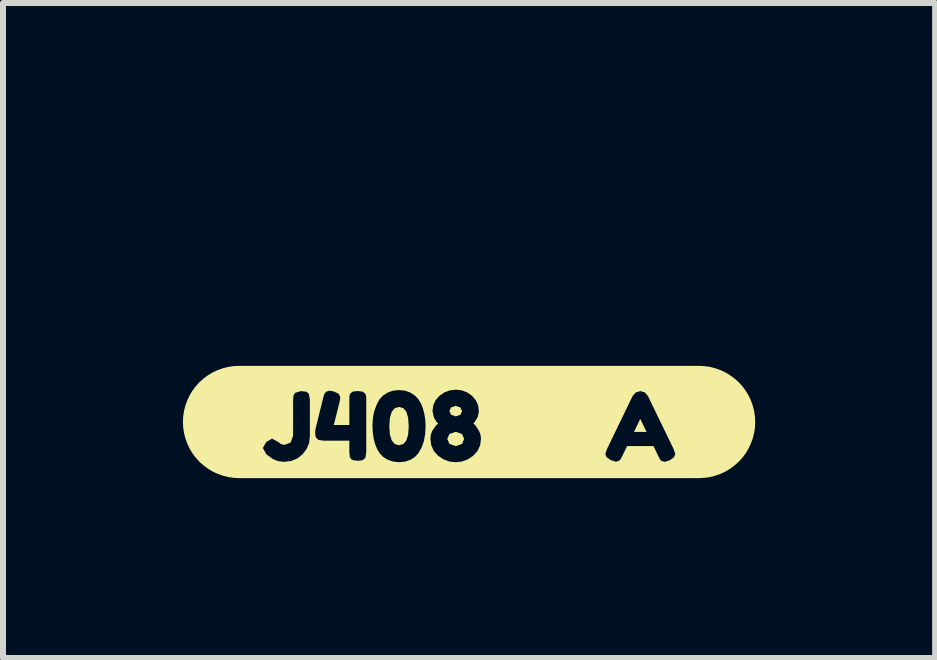
<source format=kicad_pcb>
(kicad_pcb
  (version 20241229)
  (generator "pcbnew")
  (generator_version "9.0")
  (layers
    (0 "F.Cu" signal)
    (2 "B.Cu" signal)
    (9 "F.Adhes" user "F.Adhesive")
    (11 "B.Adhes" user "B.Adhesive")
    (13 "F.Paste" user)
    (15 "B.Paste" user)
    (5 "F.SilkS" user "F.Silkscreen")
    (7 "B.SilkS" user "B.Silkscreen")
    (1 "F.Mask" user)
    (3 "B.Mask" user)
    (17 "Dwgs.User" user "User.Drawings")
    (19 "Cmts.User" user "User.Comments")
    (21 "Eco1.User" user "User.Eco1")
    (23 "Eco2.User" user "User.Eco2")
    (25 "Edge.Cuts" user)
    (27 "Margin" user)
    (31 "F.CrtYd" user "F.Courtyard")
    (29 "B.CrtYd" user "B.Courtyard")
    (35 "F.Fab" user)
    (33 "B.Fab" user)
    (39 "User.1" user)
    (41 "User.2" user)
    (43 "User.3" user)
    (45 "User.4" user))
  (footprint "kibuzzard-65BFD746"
    (layer "F.Cu")
    (at 4.77 3.985)
    (property "Reference" "kibuzzard-65BFD746" (at 0 -3.984 0) (layer "F.SilkS") (effects (font (size 0.001 0.001) (thickness 0.15))))
    (attr board_only exclude_from_pos_files exclude_from_bom)
    (fp_poly (pts (xy 2.854 -0.051) (xy 2.749 0.166) (xy 2.96 0.166) (xy 2.854 -0.051)) (stroke (width 0) (type solid)) (fill yes) (layer "F.SilkS"))
    (fp_poly (pts (xy -0.328 0.365) (xy -0.221 0.403) (xy -0.117 0.365) (xy -0.082 0.283) (xy -0.117 0.201) (xy -0.222 0.163) (xy -0.328 0.2) (xy -0.364 0.282) (xy -0.328 0.365)) (stroke (width 0) (type solid)) (fill yes) (layer "F.SilkS"))
    (fp_poly (pts (xy -0.117 -0.182) (xy -0.144 -0.241) (xy -0.224 -0.269) (xy -0.302 -0.242) (xy -0.328 -0.182) (xy -0.3 -0.121) (xy -0.221 -0.093) (xy -0.143 -0.121) (xy -0.117 -0.182)) (stroke (width 0) (type solid)) (fill yes) (layer "F.SilkS"))
    (fp_poly (pts (xy -1.169 0.388) (xy -1.098 0.369) (xy -1.047 0.311) (xy -1.016 0.213) (xy -1.006 0.077) (xy -1.006 0.068) (xy -1.016 -0.072) (xy -1.046 -0.172) (xy -1.097 -0.231) (xy -1.168 -0.251) (xy -1.238 -0.231) (xy -1.289 -0.171) (xy -1.319 -0.071) (xy -1.33 0.069) (xy -1.32 0.208) (xy -1.289 0.308) (xy -1.239 0.368) (xy -1.169 0.388)) (stroke (width 0) (type solid)) (fill yes) (layer "F.SilkS"))
    (fp_poly (pts (xy -3.438 -0.936) (xy -3.835 -0.936) (xy -3.926 -0.931) (xy -4.017 -0.918) (xy -4.106 -0.895) (xy -4.193 -0.864) (xy -4.276 -0.825) (xy -4.354 -0.778) (xy -4.428 -0.723) (xy -4.496 -0.662) (xy -4.558 -0.594) (xy -4.613 -0.52) (xy -4.66 -0.441) (xy -4.699 -0.358) (xy -4.73 -0.272) (xy -4.752 -0.183) (xy -4.766 -0.092) (xy -4.77 0) (xy -4.766 0.092) (xy -4.752 0.183) (xy -4.73 0.272) (xy -4.699 0.358) (xy -4.66 0.441) (xy -4.613 0.52) (xy -4.558 0.594) (xy -4.496 0.662) (xy -4.428 0.723) (xy -4.354 0.778) (xy -4.276 0.825) (xy -4.193 0.864) (xy -4.106 0.895) (xy -4.017 0.918) (xy -3.926 0.931) (xy -3.835 0.936) (xy -3.438 0.936) (xy -3.082 0.936) (xy -3.082 0.665) (xy -3.181 0.653) (xy -3.268 0.619) (xy -3.369 0.547) (xy -3.382 0.534) (xy -3.438 0.434) (xy -3.382 0.334) (xy -3.284 0.277) (xy -3.188 0.33) (xy -3.134 0.369) (xy -3.075 0.382) (xy -2.974 0.341) (xy -2.934 0.231) (xy -2.934 -0.362) (xy -2.927 -0.441) (xy -2.903 -0.485) (xy -2.804 -0.515) (xy -2.713 -0.505) (xy -2.671 -0.47) (xy -2.654 -0.372) (xy -2.654 0.242) (xy -2.667 0.349) (xy -2.707 0.447) (xy -2.774 0.537) (xy -2.862 0.608) (xy -2.965 0.65) (xy -3.082 0.665) (xy -3.082 0.936) (xy -1.852 0.936) (xy -1.852 0.647) (xy -1.925 0.639) (xy -1.966 0.62) (xy -1.987 0.588) (xy -1.996 0.506) (xy -1.996 0.312) (xy -2.426 0.312) (xy -2.515 0.297) (xy -2.558 0.252) (xy -2.566 0.184) (xy -2.561 0.12) (xy -2.43 -0.412) (xy -2.413 -0.467) (xy -2.384 -0.504) (xy -2.33 -0.521) (xy -2.257 -0.51) (xy -2.173 -0.47) (xy -2.146 -0.409) (xy -2.157 -0.342) (xy -2.158 -0.337) (xy -2.255 0.05) (xy -1.996 0.05) (xy -1.996 -0.383) (xy -1.994 -0.437) (xy -1.979 -0.477) (xy -1.935 -0.508) (xy -1.854 -0.516) (xy -1.774 -0.506) (xy -1.731 -0.473) (xy -1.716 -0.431) (xy -1.714 -0.375) (xy -1.714 0.507) (xy -1.729 0.599) (xy -1.775 0.638) (xy -1.852 0.647) (xy -1.852 0.936) (xy -1.166 0.936) (xy -1.166 0.671) (xy -1.268 0.66) (xy -1.357 0.629) (xy -1.432 0.582) (xy -1.487 0.525) (xy -1.53 0.457) (xy -1.564 0.377) (xy -1.59 0.282) (xy -1.605 0.179) (xy -1.611 0.068) (xy -1.606 -0.033) (xy -1.594 -0.123) (xy -1.573 -0.204) (xy -1.534 -0.304) (xy -1.49 -0.381) (xy -1.435 -0.44) (xy -1.36 -0.489) (xy -1.271 -0.521) (xy -1.168 -0.532) (xy -1.065 -0.522) (xy -0.976 -0.489) (xy -0.903 -0.441) (xy -0.848 -0.383) (xy -0.805 -0.314) (xy -0.772 -0.234) (xy -0.746 -0.137) (xy -0.73 -0.036) (xy -0.725 0.069) (xy -0.732 0.206) (xy -0.756 0.327) (xy -0.794 0.433) (xy -0.849 0.525) (xy -0.903 0.583) (xy -0.976 0.63) (xy -1.065 0.661) (xy -1.166 0.671) (xy -1.166 0.936) (xy -0.223 0.936) (xy -0.223 0.671) (xy -0.328 0.659) (xy -0.426 0.623) (xy -0.516 0.563) (xy -0.588 0.483) (xy -0.631 0.387) (xy -0.645 0.276) (xy -0.637 0.21) (xy -0.613 0.146) (xy -0.548 0.055) (xy -0.515 0.025) (xy -0.542 -0.001) (xy -0.584 -0.07) (xy -0.61 -0.18) (xy -0.597 -0.278) (xy -0.558 -0.363) (xy -0.493 -0.437) (xy -0.41 -0.494) (xy -0.319 -0.527) (xy -0.22 -0.539) (xy -0.121 -0.527) (xy -0.031 -0.493) (xy 0.05 -0.436) (xy 0.114 -0.36) (xy 0.152 -0.273) (xy 0.164 -0.172) (xy 0.141 -0.075) (xy 0.094 -0.001) (xy 0.071 0.025) (xy 0.106 0.057) (xy 0.164 0.144) (xy 0.19 0.209) (xy 0.199 0.276) (xy 0.185 0.387) (xy 0.142 0.482) (xy 0.07 0.562) (xy -0.02 0.623) (xy -0.118 0.659) (xy -0.223 0.671) (xy -0.223 0.936) (xy 3.261 0.936) (xy 3.261 0.665) (xy 3.21 0.65) (xy 3.181 0.62) (xy 3.157 0.573) (xy 3.074 0.401) (xy 2.634 0.401) (xy 2.552 0.573) (xy 2.527 0.619) (xy 2.499 0.648) (xy 2.448 0.663) (xy 2.363 0.636) (xy 2.294 0.588) (xy 2.271 0.534) (xy 2.298 0.453) (xy 2.727 -0.434) (xy 2.78 -0.493) (xy 2.855 -0.515) (xy 2.93 -0.494) (xy 2.982 -0.432) (xy 3.411 0.453) (xy 3.438 0.534) (xy 3.415 0.589) (xy 3.346 0.638) (xy 3.261 0.665) (xy 3.261 0.936) (xy 3.438 0.936) (xy 3.835 0.936) (xy 3.926 0.931) (xy 4.017 0.918) (xy 4.106 0.895) (xy 4.193 0.864) (xy 4.276 0.825) (xy 4.354 0.778) (xy 4.428 0.723) (xy 4.496 0.662) (xy 4.558 0.594) (xy 4.613 0.52) (xy 4.66 0.441) (xy 4.699 0.358) (xy 4.73 0.272) (xy 4.752 0.183) (xy 4.766 0.092) (xy 4.77 0) (xy 4.766 -0.092) (xy 4.752 -0.183) (xy 4.73 -0.272) (xy 4.699 -0.358) (xy 4.66 -0.441) (xy 4.613 -0.52) (xy 4.558 -0.594) (xy 4.496 -0.662) (xy 4.428 -0.723) (xy 4.354 -0.778) (xy 4.276 -0.825) (xy 4.193 -0.864) (xy 4.106 -0.895) (xy 4.017 -0.918) (xy 3.926 -0.931) (xy 3.835 -0.936) (xy 3.438 -0.936) (xy -3.438 -0.936)) (stroke (width 0) (type solid)) (fill yes) (layer "F.SilkS")))
  (gr_rect
    (start -3 -3)
    (end 12.54 7.92)
    (stroke (width 0.1) (type default))
    (fill no)
    (layer "Edge.Cuts")))
</source>
